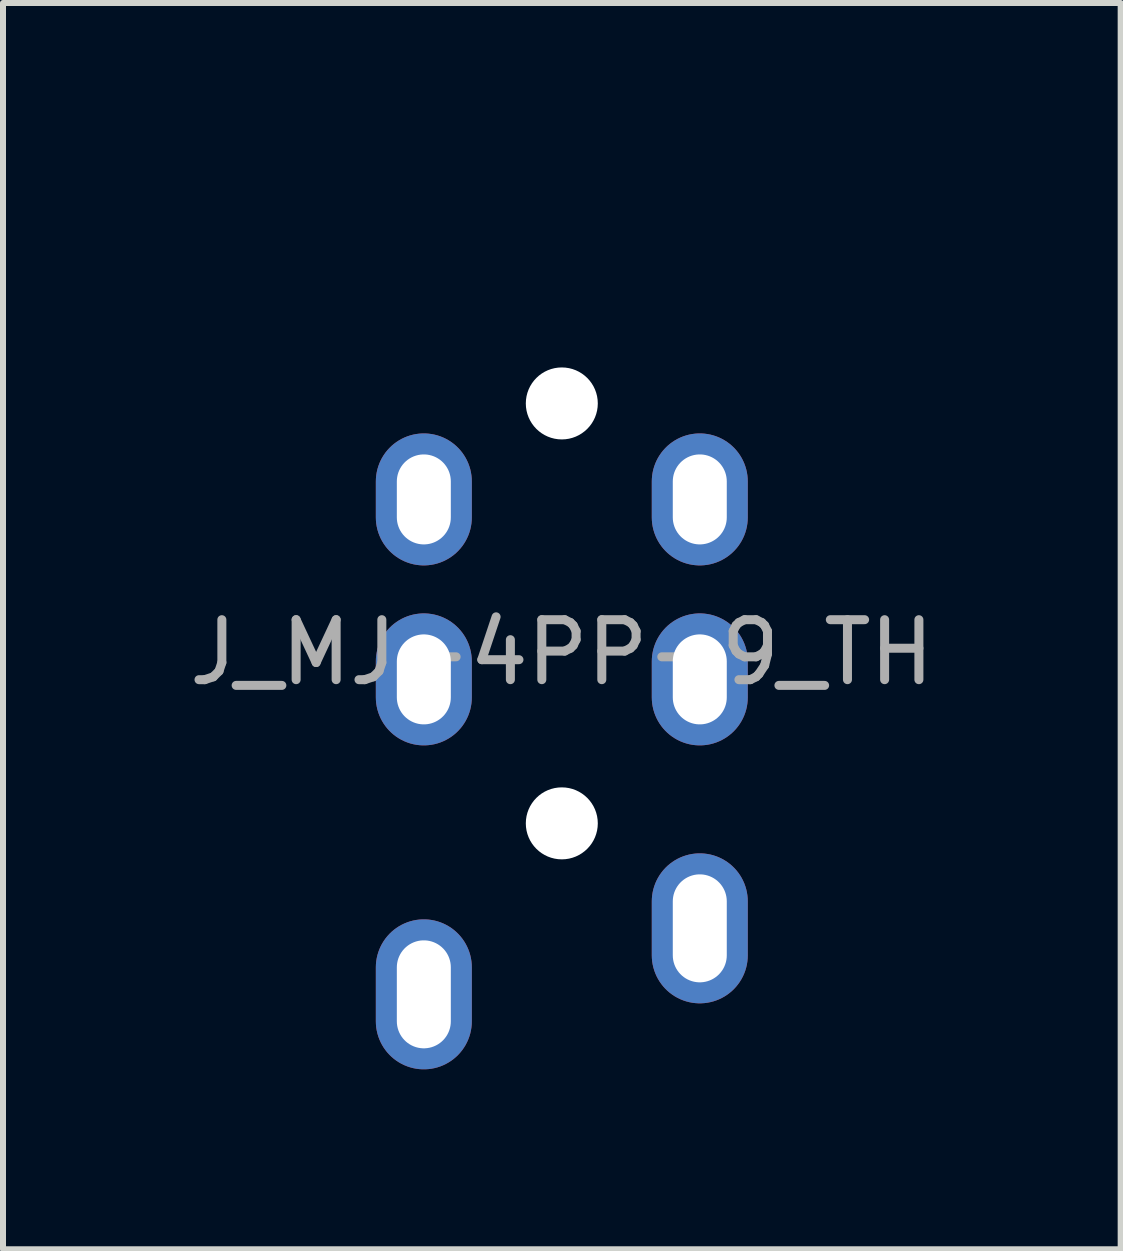
<source format=kicad_pcb>
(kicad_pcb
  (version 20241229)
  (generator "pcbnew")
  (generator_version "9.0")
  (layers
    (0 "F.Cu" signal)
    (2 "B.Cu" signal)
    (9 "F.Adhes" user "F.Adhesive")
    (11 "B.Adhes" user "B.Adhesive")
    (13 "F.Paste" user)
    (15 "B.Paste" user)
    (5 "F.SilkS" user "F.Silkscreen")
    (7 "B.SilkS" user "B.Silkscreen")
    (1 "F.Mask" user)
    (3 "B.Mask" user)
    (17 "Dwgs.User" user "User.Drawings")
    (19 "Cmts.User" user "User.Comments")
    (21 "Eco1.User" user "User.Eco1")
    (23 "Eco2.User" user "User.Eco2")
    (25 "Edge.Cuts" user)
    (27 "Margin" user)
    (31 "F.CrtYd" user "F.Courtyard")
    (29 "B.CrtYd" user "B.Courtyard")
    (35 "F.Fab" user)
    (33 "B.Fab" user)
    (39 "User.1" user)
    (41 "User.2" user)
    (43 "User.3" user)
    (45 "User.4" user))
  (footprint "J_MJ-4PP-9_TH"
    (layer "F.Cu")
    (at 6.315 2.075)
    (property "Reference" "J_MJ-4PP-9_TH" (at 0 5.75 180) (layer "F.Fab") (effects (font (size 1 1) (thickness 0.15))))
    (attr through_hole)
    (fp_line (start -3.05 0) (end 3.05 0) (stroke (width 0.15) (type solid)) (layer "Eco1.User"))
    (fp_line (start -3.05 12.1) (end -3.05 0) (stroke (width 0.15) (type solid)) (layer "Eco1.User"))
    (fp_line (start -2.5 -2) (end -2.5 0) (stroke (width 0.15) (type solid)) (layer "Eco1.User"))
    (fp_line (start -2.5 -2) (end 2.5 -2) (stroke (width 0.15) (type solid)) (layer "Eco1.User"))
    (fp_line (start 2.5 -2) (end 2.5 0) (stroke (width 0.15) (type solid)) (layer "Eco1.User"))
    (fp_line (start 3.05 0) (end 3.05 12.1) (stroke (width 0.15) (type solid)) (layer "Eco1.User"))
    (fp_line (start 3.05 12.1) (end -3.05 12.1) (stroke (width 0.15) (type solid)) (layer "Eco1.User"))
    (pad "" np_thru_hole circle (at 0 1.6) (size 1.2 1.2) (drill 1.2) (layers "*.Cu" "*.Mask"))
    (pad "" np_thru_hole circle (at 0 8.6) (size 1.2 1.2) (drill 1.2) (layers "*.Cu" "*.Mask"))
    (pad "R1" thru_hole oval (at -2.3 6.2) (size 1.6 2.2) (drill oval 0.9 1.5) (layers "*.Cu" "B.Mask"))
    (pad "R1" thru_hole oval (at 2.3 6.2) (size 1.6 2.2) (drill oval 0.9 1.5) (layers "*.Cu" "B.Mask"))
    (pad "R2" thru_hole oval (at -2.3 3.2) (size 1.6 2.2) (drill oval 0.9 1.5) (layers "*.Cu" "B.Mask"))
    (pad "R2" thru_hole oval (at 2.3 3.2) (size 1.6 2.2) (drill oval 0.9 1.5) (layers "*.Cu" "B.Mask"))
    (pad "S" thru_hole oval (at -2.3 11.45) (size 1.6 2.5) (drill oval 0.9 1.8) (layers "*.Cu" "B.Mask"))
    (pad "T" thru_hole oval (at 2.3 10.35) (size 1.6 2.5) (drill oval 0.9 1.8) (layers "*.Cu" "B.Mask")))
  (gr_rect
    (start -3 -3)
    (end 15.631 17.775)
    (stroke (width 0.1) (type default))
    (fill no)
    (layer "Edge.Cuts")))
</source>
